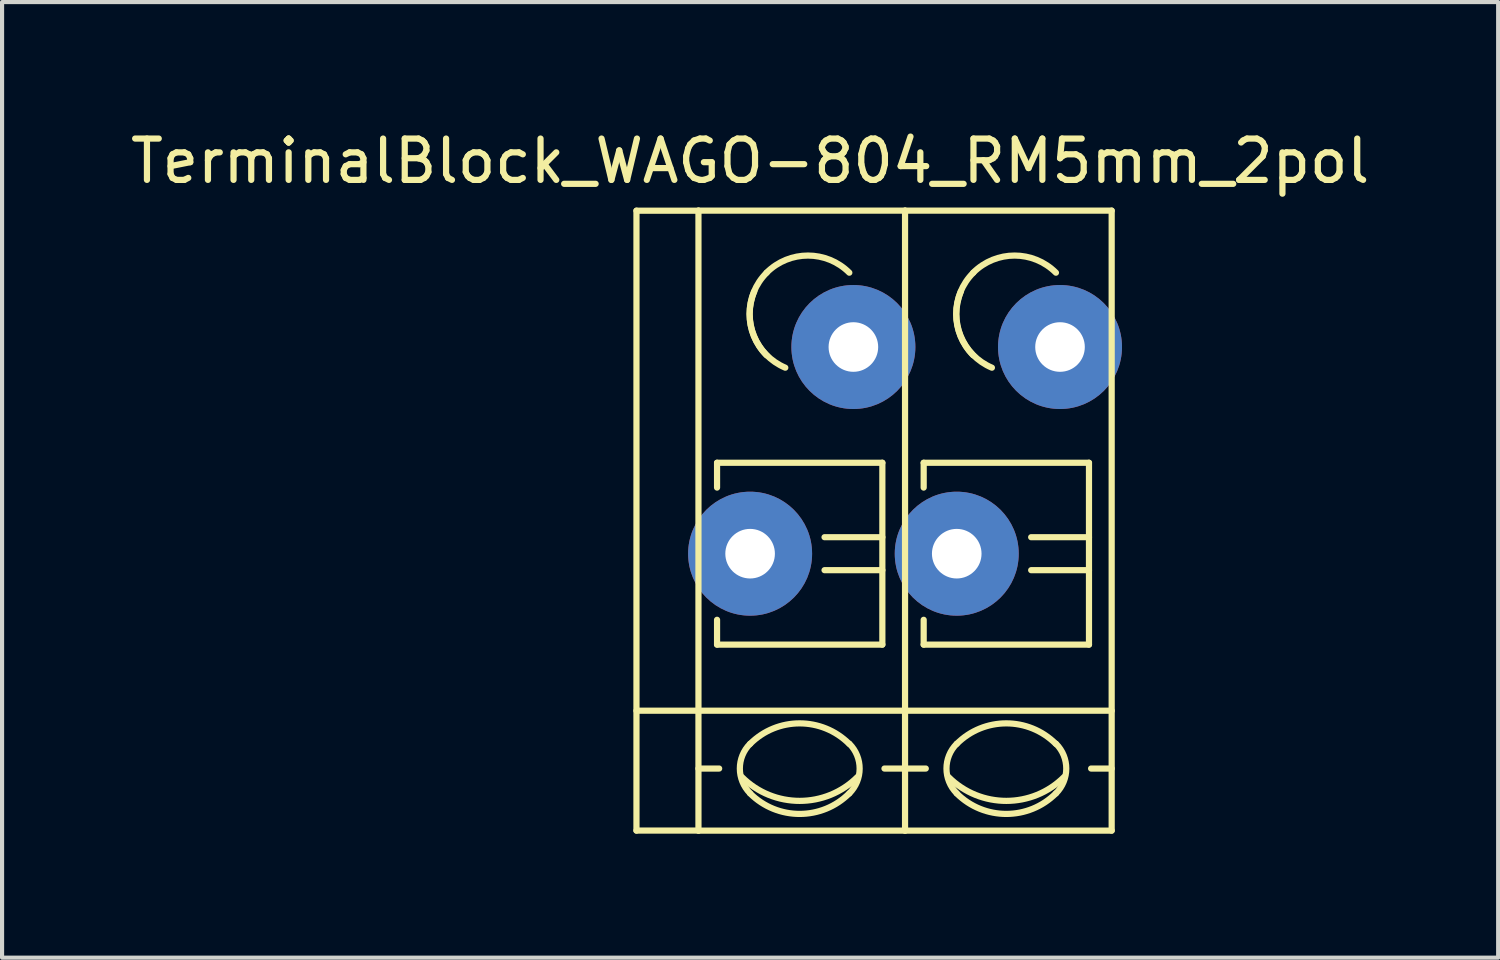
<source format=kicad_pcb>
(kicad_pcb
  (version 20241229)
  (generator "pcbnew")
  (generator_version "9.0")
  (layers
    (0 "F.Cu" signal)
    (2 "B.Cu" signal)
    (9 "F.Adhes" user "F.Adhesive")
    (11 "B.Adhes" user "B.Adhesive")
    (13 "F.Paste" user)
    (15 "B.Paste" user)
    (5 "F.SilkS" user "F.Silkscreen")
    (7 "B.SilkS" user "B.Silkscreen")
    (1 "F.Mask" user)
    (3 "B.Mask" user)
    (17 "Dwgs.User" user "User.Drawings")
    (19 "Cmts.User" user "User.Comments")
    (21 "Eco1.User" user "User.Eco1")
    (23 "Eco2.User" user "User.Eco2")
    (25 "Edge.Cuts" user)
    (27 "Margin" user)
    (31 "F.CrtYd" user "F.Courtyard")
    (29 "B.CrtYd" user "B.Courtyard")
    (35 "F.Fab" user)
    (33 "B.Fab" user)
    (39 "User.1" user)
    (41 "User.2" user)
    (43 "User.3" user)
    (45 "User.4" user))
  (footprint "TerminalBlock_WAGO-804_RM5mm_2pol"
    (layer "F.Cu")
    (at 15.101 10.348)
    (property "Reference" "TerminalBlock_WAGO-804_RM5mm_2pol" (at 0 -9.5 0) (layer "F.SilkS") (effects (font (size 1 1) (thickness 0.15))))
    (attr through_hole)
    (fp_line (start -2.75 -8.3) (end -1.25 -8.3) (stroke (width 0.15) (type solid)) (layer "F.SilkS"))
    (fp_line (start -2.75 6.7) (end -2.75 -8.3) (stroke (width 0.15) (type solid)) (layer "F.SilkS"))
    (fp_line (start -1.25 6.7) (end -2.75 6.7) (stroke (width 0.15) (type solid)) (layer "F.SilkS"))
    (fp_line (start -1.25 5.199) (end -0.749 5.199) (stroke (width 0.15) (type solid)) (layer "F.SilkS"))
    (fp_line (start -1.25 6.701) (end -1.25 -8.301) (stroke (width 0.15) (type solid)) (layer "F.SilkS"))
    (fp_line (start -0.8 -2.2) (end -0.8 -1.6) (stroke (width 0.15) (type solid)) (layer "F.SilkS"))
    (fp_line (start -0.8 -2.2) (end 3.2 -2.2) (stroke (width 0.15) (type solid)) (layer "F.SilkS"))
    (fp_line (start -0.8 2.2) (end -0.8 1.6) (stroke (width 0.15) (type solid)) (layer "F.SilkS"))
    (fp_line (start 3.2 -2.2) (end 3.2 2.2) (stroke (width 0.15) (type solid)) (layer "F.SilkS"))
    (fp_line (start 3.2 -0.399) (end 1.801 -0.399) (stroke (width 0.15) (type solid)) (layer "F.SilkS"))
    (fp_line (start 3.2 0.399) (end 1.801 0.399) (stroke (width 0.15) (type solid)) (layer "F.SilkS"))
    (fp_line (start 3.2 2.2) (end -0.8 2.2) (stroke (width 0.15) (type solid)) (layer "F.SilkS"))
    (fp_line (start 3.749 -8.301) (end -1.25 -8.301) (stroke (width 0.15) (type solid)) (layer "F.SilkS"))
    (fp_line (start 3.749 -8.301) (end 3.749 6.701) (stroke (width 0.15) (type solid)) (layer "F.SilkS"))
    (fp_line (start 3.749 5.199) (end 3.251 5.199) (stroke (width 0.15) (type solid)) (layer "F.SilkS"))
    (fp_line (start 3.749 6.701) (end -1.25 6.701) (stroke (width 0.15) (type solid)) (layer "F.SilkS"))
    (fp_line (start 3.75 3.8) (end -2.75 3.8) (stroke (width 0.15) (type solid)) (layer "F.SilkS"))
    (fp_line (start 3.75 3.8) (end 8.75 3.8) (stroke (width 0.15) (type solid)) (layer "F.SilkS"))
    (fp_line (start 3.75 5.199) (end 4.251 5.199) (stroke (width 0.15) (type solid)) (layer "F.SilkS"))
    (fp_line (start 4.2 -2.2) (end 4.2 -1.6) (stroke (width 0.15) (type solid)) (layer "F.SilkS"))
    (fp_line (start 4.2 -2.2) (end 8.2 -2.2) (stroke (width 0.15) (type solid)) (layer "F.SilkS"))
    (fp_line (start 4.2 2.2) (end 4.2 1.6) (stroke (width 0.15) (type solid)) (layer "F.SilkS"))
    (fp_line (start 8.2 -2.2) (end 8.2 2.2) (stroke (width 0.15) (type solid)) (layer "F.SilkS"))
    (fp_line (start 8.2 -0.399) (end 6.801 -0.399) (stroke (width 0.15) (type solid)) (layer "F.SilkS"))
    (fp_line (start 8.2 0.399) (end 6.801 0.399) (stroke (width 0.15) (type solid)) (layer "F.SilkS"))
    (fp_line (start 8.2 2.2) (end 4.2 2.2) (stroke (width 0.15) (type solid)) (layer "F.SilkS"))
    (fp_line (start 8.749 -8.301) (end 3.75 -8.301) (stroke (width 0.15) (type solid)) (layer "F.SilkS"))
    (fp_line (start 8.749 -8.301) (end 8.749 6.701) (stroke (width 0.15) (type solid)) (layer "F.SilkS"))
    (fp_line (start 8.749 5.199) (end 8.251 5.199) (stroke (width 0.15) (type solid)) (layer "F.SilkS"))
    (fp_line (start 8.749 6.701) (end 3.75 6.701) (stroke (width 0.15) (type solid)) (layer "F.SilkS"))
    (fp_arc (start 0 4.60248) (mid 1.19888 4.105888) (end 2.39776 4.60248) (stroke (width 0.15) (type solid)) (layer "F.SilkS"))
    (fp_arc (start 0 5.79882) (mid -0.248296 5.19938) (end 0 4.59994) (stroke (width 0.15) (type solid)) (layer "F.SilkS"))
    (fp_arc (start 0.39878 -6.79958) (mid 1.39954 -7.214108) (end 2.4003 -6.79958) (stroke (width 0.15) (type solid)) (layer "F.SilkS"))
    (fp_arc (start 0.39878 -4.8006) (mid -0.013952 -5.800616) (end 0.40132 -6.79958) (stroke (width 0.15) (type solid)) (layer "F.SilkS"))
    (fp_arc (start 0.8509 -4.50088) (mid 0.093811 -5.268985) (end 0.1016 -6.34746) (stroke (width 0.15) (type solid)) (layer "F.SilkS"))
    (fp_arc (start 2.4003 5.79882) (mid 1.200676 6.297208) (end 0 5.80136) (stroke (width 0.15) (type solid)) (layer "F.SilkS"))
    (fp_arc (start 2.40284 4.59994) (mid 2.650392 5.201176) (end 2.4003 5.80136) (stroke (width 0.15) (type solid)) (layer "F.SilkS"))
    (fp_arc (start 2.60096 5.40004) (mid 1.200676 5.981545) (end -0.20066 5.40258) (stroke (width 0.15) (type solid)) (layer "F.SilkS"))
    (fp_arc (start 5 4.60248) (mid 6.19888 4.105888) (end 7.39776 4.60248) (stroke (width 0.15) (type solid)) (layer "F.SilkS"))
    (fp_arc (start 5 5.79882) (mid 4.751704 5.19938) (end 5 4.59994) (stroke (width 0.15) (type solid)) (layer "F.SilkS"))
    (fp_arc (start 5.39878 -6.79958) (mid 6.39954 -7.214108) (end 7.4003 -6.79958) (stroke (width 0.15) (type solid)) (layer "F.SilkS"))
    (fp_arc (start 5.39878 -4.8006) (mid 4.986048 -5.800616) (end 5.40132 -6.79958) (stroke (width 0.15) (type solid)) (layer "F.SilkS"))
    (fp_arc (start 5.8509 -4.50088) (mid 5.093811 -5.268985) (end 5.1016 -6.34746) (stroke (width 0.15) (type solid)) (layer "F.SilkS"))
    (fp_arc (start 7.4003 5.79882) (mid 6.200676 6.297208) (end 5 5.80136) (stroke (width 0.15) (type solid)) (layer "F.SilkS"))
    (fp_arc (start 7.40284 4.59994) (mid 7.650392 5.201176) (end 7.4003 5.80136) (stroke (width 0.15) (type solid)) (layer "F.SilkS"))
    (fp_arc (start 7.60096 5.40004) (mid 6.200676 5.981545) (end 4.79934 5.40258) (stroke (width 0.15) (type solid)) (layer "F.SilkS"))
    (pad "1" thru_hole circle (at 0 0) (size 3 3) (drill 1.2) (layers "*.Cu" "*.Mask"))
    (pad "1" thru_hole circle (at 2.499 -5.001) (size 3 3) (drill 1.2) (layers "*.Cu" "*.Mask"))
    (pad "2" thru_hole circle (at 5 0) (size 3 3) (drill 1.2) (layers "*.Cu" "*.Mask"))
    (pad "2" thru_hole circle (at 7.499 -5.001) (size 3 3) (drill 1.2) (layers "*.Cu" "*.Mask")))
  (gr_rect
    (start -3 -3)
    (end 33.202 20.124)
    (stroke (width 0.1) (type default))
    (fill no)
    (layer "Edge.Cuts")))
</source>
